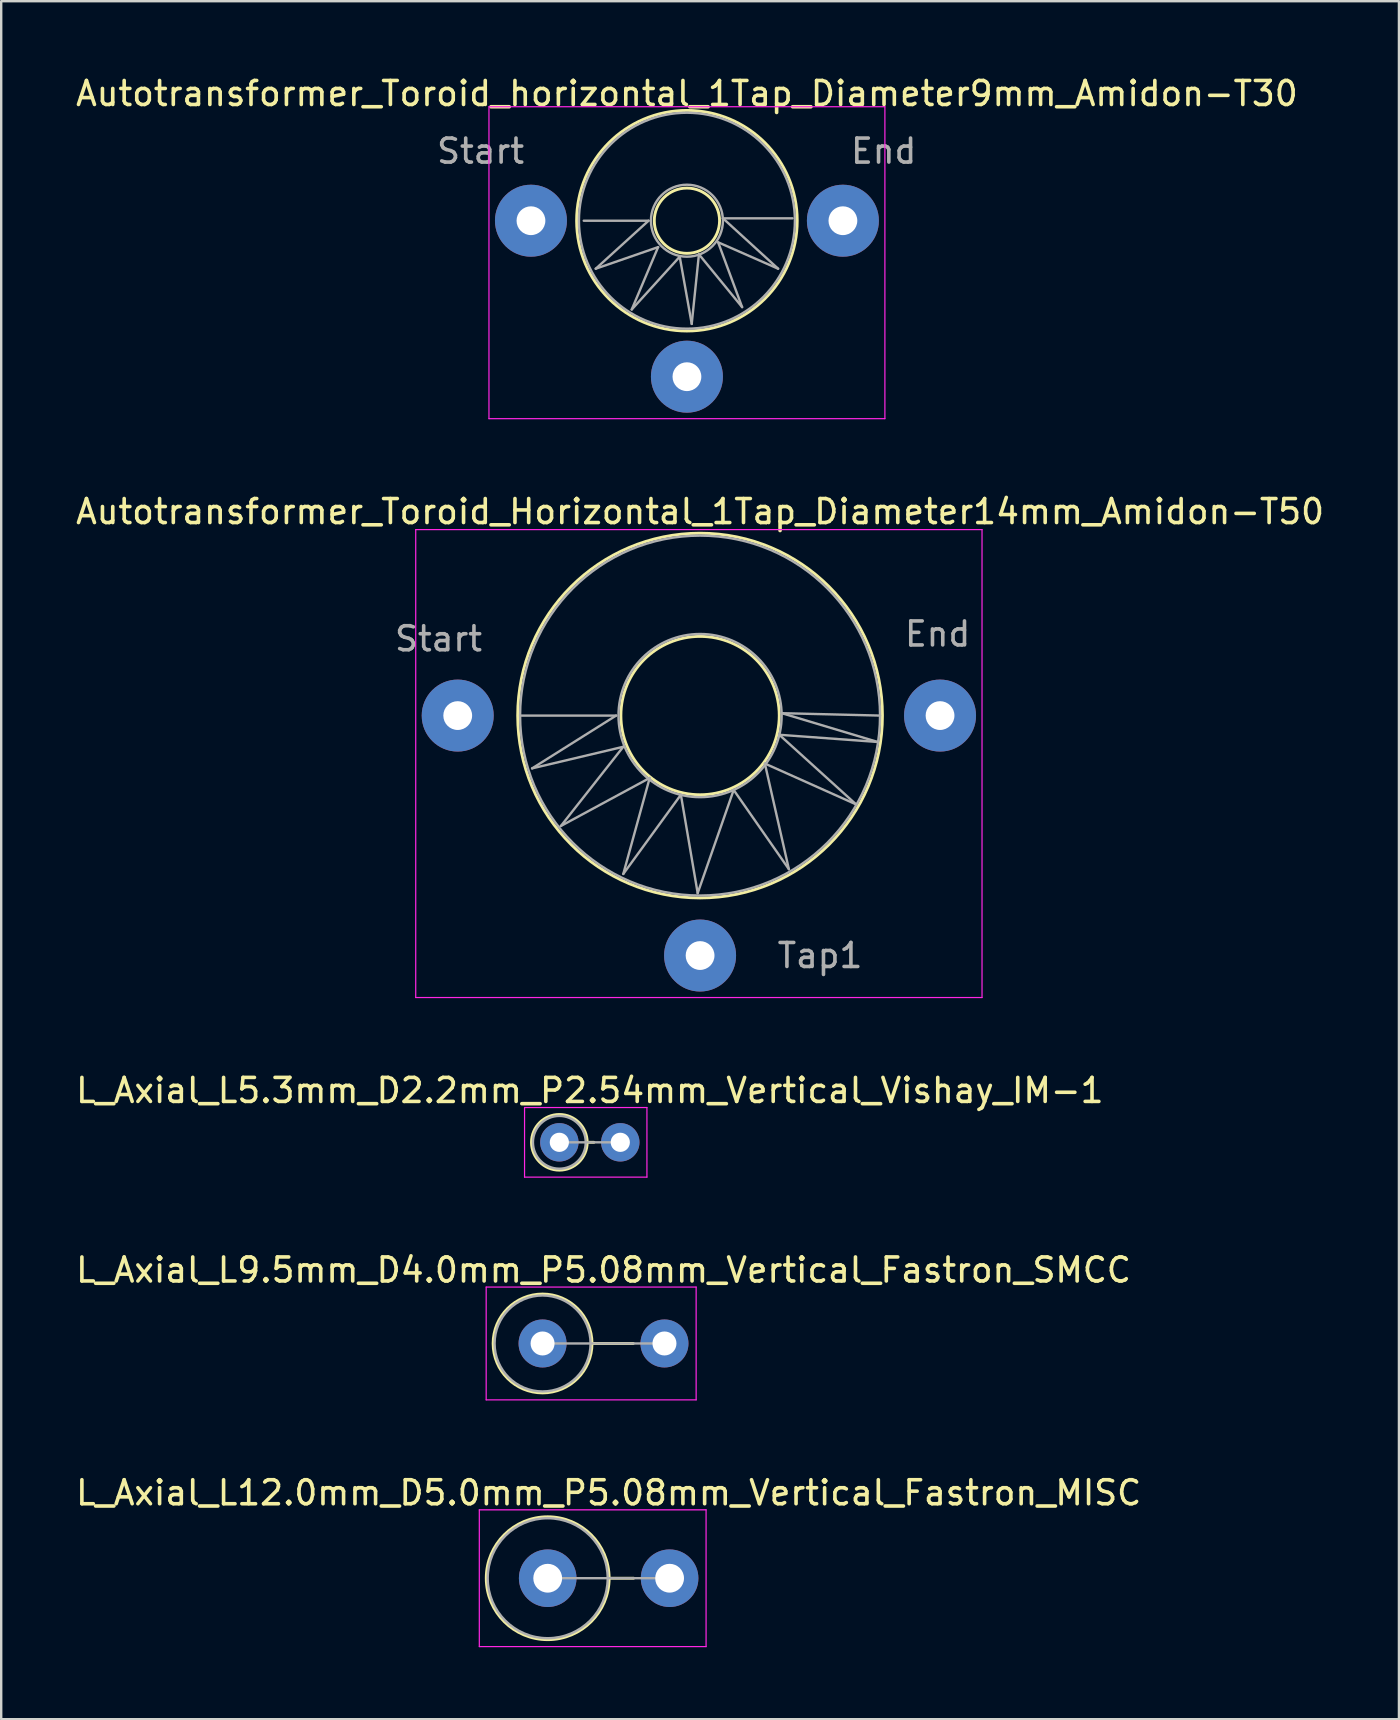
<source format=kicad_pcb>
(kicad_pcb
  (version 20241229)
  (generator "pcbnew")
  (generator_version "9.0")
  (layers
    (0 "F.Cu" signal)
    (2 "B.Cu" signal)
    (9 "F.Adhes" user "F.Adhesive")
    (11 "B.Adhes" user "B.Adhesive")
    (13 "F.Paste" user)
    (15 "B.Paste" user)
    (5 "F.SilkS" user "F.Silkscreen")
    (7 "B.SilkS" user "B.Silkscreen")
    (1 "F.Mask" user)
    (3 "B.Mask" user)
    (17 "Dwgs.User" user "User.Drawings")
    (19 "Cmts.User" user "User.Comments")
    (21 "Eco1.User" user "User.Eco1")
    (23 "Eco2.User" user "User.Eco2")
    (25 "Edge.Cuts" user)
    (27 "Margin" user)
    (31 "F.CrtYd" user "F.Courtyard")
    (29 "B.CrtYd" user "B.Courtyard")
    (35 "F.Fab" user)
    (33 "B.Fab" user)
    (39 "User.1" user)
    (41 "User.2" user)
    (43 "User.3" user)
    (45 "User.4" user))
  (footprint "L_Axial_L5.3mm_D2.2mm_P2.54mm_Vertical_Vishay_IM-1"
    (layer "F.Cu")
    (at 20.26 44.555)
    (property "Reference" "L_Axial_L5.3mm_D2.2mm_P2.54mm_Vertical_Vishay_IM-1" (at 1.27 -2.16 0) (layer "F.SilkS") (effects (font (size 1 1) (thickness 0.15))))
    (attr through_hole)
    (fp_line (start 1.16 0) (end 1.44 0) (stroke (width 0.12) (type solid)) (layer "F.SilkS"))
    (fp_circle (center 0 0) (end 1.16 0) (stroke (width 0.12) (type solid)) (fill no) (layer "F.SilkS"))
    (fp_line (start -1.45 -1.45) (end -1.45 1.45) (stroke (width 0.05) (type solid)) (layer "F.CrtYd"))
    (fp_line (start -1.45 1.45) (end 3.65 1.45) (stroke (width 0.05) (type solid)) (layer "F.CrtYd"))
    (fp_line (start 3.65 -1.45) (end -1.45 -1.45) (stroke (width 0.05) (type solid)) (layer "F.CrtYd"))
    (fp_line (start 3.65 1.45) (end 3.65 -1.45) (stroke (width 0.05) (type solid)) (layer "F.CrtYd"))
    (fp_line (start 0 0) (end 2.54 0) (stroke (width 0.1) (type solid)) (layer "F.Fab"))
    (fp_circle (center 0 0) (end 1.1 0) (stroke (width 0.1) (type solid)) (fill no) (layer "F.Fab"))
    (pad "1" thru_hole circle (at 0 0) (size 1.6 1.6) (drill 0.8) (layers "*.Cu" "*.Mask"))
    (pad "2" thru_hole oval (at 2.54 0) (size 1.6 1.6) (drill 0.8) (layers "*.Cu" "*.Mask")))
  (footprint "L_Axial_L9.5mm_D4.0mm_P5.08mm_Vertical_Fastron_SMCC"
    (layer "F.Cu")
    (at 19.561 52.938)
    (property "Reference" "L_Axial_L9.5mm_D4.0mm_P5.08mm_Vertical_Fastron_SMCC" (at 2.54 -3.06 0) (layer "F.SilkS") (effects (font (size 1 1) (thickness 0.15))))
    (attr through_hole)
    (fp_line (start 2.06 0) (end 3.78 0) (stroke (width 0.12) (type solid)) (layer "F.SilkS"))
    (fp_circle (center 0 0) (end 2.06 0) (stroke (width 0.12) (type solid)) (fill no) (layer "F.SilkS"))
    (fp_line (start -2.35 -2.35) (end -2.35 2.35) (stroke (width 0.05) (type solid)) (layer "F.CrtYd"))
    (fp_line (start -2.35 2.35) (end 6.4 2.35) (stroke (width 0.05) (type solid)) (layer "F.CrtYd"))
    (fp_line (start 6.4 -2.35) (end -2.35 -2.35) (stroke (width 0.05) (type solid)) (layer "F.CrtYd"))
    (fp_line (start 6.4 2.35) (end 6.4 -2.35) (stroke (width 0.05) (type solid)) (layer "F.CrtYd"))
    (fp_line (start 0 0) (end 5.08 0) (stroke (width 0.1) (type solid)) (layer "F.Fab"))
    (fp_circle (center 0 0) (end 2 0) (stroke (width 0.1) (type solid)) (fill no) (layer "F.Fab"))
    (pad "1" thru_hole circle (at 0 0) (size 2 2) (drill 1) (layers "*.Cu" "*.Mask"))
    (pad "2" thru_hole oval (at 5.08 0) (size 2 2) (drill 1) (layers "*.Cu" "*.Mask")))
  (footprint "L_Axial_L12.0mm_D5.0mm_P5.08mm_Vertical_Fastron_MISC"
    (layer "F.Cu")
    (at 19.775 62.721)
    (property "Reference" "L_Axial_L12.0mm_D5.0mm_P5.08mm_Vertical_Fastron_MISC" (at 2.54 -3.56 0) (layer "F.SilkS") (effects (font (size 1 1) (thickness 0.15))))
    (attr through_hole)
    (fp_line (start 2.56 0) (end 3.58 0) (stroke (width 0.12) (type solid)) (layer "F.SilkS"))
    (fp_circle (center 0 0) (end 2.56 0) (stroke (width 0.12) (type solid)) (fill no) (layer "F.SilkS"))
    (fp_line (start -2.85 -2.85) (end -2.85 2.85) (stroke (width 0.05) (type solid)) (layer "F.CrtYd"))
    (fp_line (start -2.85 2.85) (end 6.6 2.85) (stroke (width 0.05) (type solid)) (layer "F.CrtYd"))
    (fp_line (start 6.6 -2.85) (end -2.85 -2.85) (stroke (width 0.05) (type solid)) (layer "F.CrtYd"))
    (fp_line (start 6.6 2.85) (end 6.6 -2.85) (stroke (width 0.05) (type solid)) (layer "F.CrtYd"))
    (fp_line (start 0 0) (end 5.08 0) (stroke (width 0.1) (type solid)) (layer "F.Fab"))
    (fp_circle (center 0 0) (end 2.5 0) (stroke (width 0.1) (type solid)) (fill no) (layer "F.Fab"))
    (pad "1" thru_hole circle (at 0 0) (size 2.4 2.4) (drill 1.2) (layers "*.Cu" "*.Mask"))
    (pad "2" thru_hole oval (at 5.08 0) (size 2.4 2.4) (drill 1.2) (layers "*.Cu" "*.Mask")))
  (footprint "Autotransformer_Toroid_horizontal_1Tap_Diameter9mm_Amidon-T30"
    (layer "F.Cu")
    (at 19.077 6.148)
    (property "Reference" "Autotransformer_Toroid_horizontal_1Tap_Diameter9mm_Amidon-T30" (at 6.5 -5.3 0) (layer "F.SilkS") (effects (font (size 1 1) (thickness 0.15))))
    (attr through_hole)
    (fp_circle (center 6.5 0) (end 7.6 0.8) (stroke (width 0.12) (type solid)) (fill no) (layer "F.SilkS"))
    (fp_circle (center 6.5 0) (end 9.8 3.2) (stroke (width 0.12) (type solid)) (fill no) (layer "F.SilkS"))
    (fp_line (start -1.75 -4.75) (end -1.75 8.25) (stroke (width 0.05) (type solid)) (layer "F.CrtYd"))
    (fp_line (start -1.75 -4.75) (end 14.75 -4.75) (stroke (width 0.05) (type solid)) (layer "F.CrtYd"))
    (fp_line (start 14.75 8.25) (end -1.75 8.25) (stroke (width 0.05) (type solid)) (layer "F.CrtYd"))
    (fp_line (start 14.75 8.25) (end 14.75 -4.75) (stroke (width 0.05) (type solid)) (layer "F.CrtYd"))
    (fp_line (start 2.2 0) (end 4.9 0) (stroke (width 0.1) (type solid)) (layer "F.Fab"))
    (fp_line (start 2.7 2) (end 5.3 1.1) (stroke (width 0.1) (type solid)) (layer "F.Fab"))
    (fp_line (start 4.2 3.7) (end 6.2 1.5) (stroke (width 0.1) (type solid)) (layer "F.Fab"))
    (fp_line (start 4.9 0) (end 2.7 2) (stroke (width 0.1) (type solid)) (layer "F.Fab"))
    (fp_line (start 5.3 1.1) (end 4.2 3.7) (stroke (width 0.1) (type solid)) (layer "F.Fab"))
    (fp_line (start 6.2 1.5) (end 6.7 4.3) (stroke (width 0.1) (type solid)) (layer "F.Fab"))
    (fp_line (start 6.7 4.3) (end 7 1.4) (stroke (width 0.1) (type solid)) (layer "F.Fab"))
    (fp_line (start 7 1.4) (end 8.8 3.6) (stroke (width 0.1) (type solid)) (layer "F.Fab"))
    (fp_line (start 7.8 0.9) (end 10.3 2) (stroke (width 0.1) (type solid)) (layer "F.Fab"))
    (fp_line (start 8 -0.1) (end 10.9 -0.1) (stroke (width 0.1) (type solid)) (layer "F.Fab"))
    (fp_line (start 8.8 3.6) (end 7.8 0.9) (stroke (width 0.1) (type solid)) (layer "F.Fab"))
    (fp_line (start 10.3 2) (end 8 -0.1) (stroke (width 0.1) (type solid)) (layer "F.Fab"))
    (fp_circle (center 6.5 0) (end 8 0) (stroke (width 0.1) (type solid)) (fill no) (layer "F.Fab"))
    (fp_circle (center 6.5 0) (end 11 0) (stroke (width 0.1) (type solid)) (fill no) (layer "F.Fab"))
    (fp_text user "End" (at 14.7 -2.9 0) (layer "F.Fab") (effects (font (size 1 1) (thickness 0.15))))
    (fp_text user "Start" (at -2.1 -2.9 0) (layer "F.Fab") (effects (font (size 1 1) (thickness 0.15))))
    (pad "1" thru_hole circle (at 0 0) (size 3 3) (drill 1.2) (layers "*.Cu" "*.Mask"))
    (pad "2" thru_hole circle (at 6.5 6.5) (size 3 3) (drill 1.2) (layers "*.Cu" "*.Mask"))
    (pad "3" thru_hole circle (at 13 0) (size 3 3) (drill 1.2) (layers "*.Cu" "*.Mask")))
  (footprint "Autotransformer_Toroid_Horizontal_1Tap_Diameter14mm_Amidon-T50"
    (layer "F.Cu")
    (at 16.025 26.771)
    (property "Reference" "Autotransformer_Toroid_Horizontal_1Tap_Diameter14mm_Amidon-T50" (at 10.1 -8.5 0) (layer "F.SilkS") (effects (font (size 1 1) (thickness 0.15))))
    (attr through_hole)
    (fp_circle (center 10.1 0) (end 13.4 0) (stroke (width 0.12) (type solid)) (fill no) (layer "F.SilkS"))
    (fp_circle (center 10.1 0) (end 17.7 0) (stroke (width 0.12) (type solid)) (fill no) (layer "F.SilkS"))
    (fp_line (start -1.75 -7.75) (end -1.75 11.75) (stroke (width 0.05) (type solid)) (layer "F.CrtYd"))
    (fp_line (start -1.75 -7.75) (end 21.85 -7.75) (stroke (width 0.05) (type solid)) (layer "F.CrtYd"))
    (fp_line (start 21.85 11.75) (end -1.75 11.75) (stroke (width 0.05) (type solid)) (layer "F.CrtYd"))
    (fp_line (start 21.85 11.75) (end 21.85 -7.75) (stroke (width 0.05) (type solid)) (layer "F.CrtYd"))
    (fp_line (start 2.6 0) (end 6.6 0) (stroke (width 0.1) (type solid)) (layer "F.Fab"))
    (fp_line (start 3.1 2.2) (end 6.9 1.3) (stroke (width 0.1) (type solid)) (layer "F.Fab"))
    (fp_line (start 4.3 4.6) (end 8 2.6) (stroke (width 0.1) (type solid)) (layer "F.Fab"))
    (fp_line (start 6.6 0) (end 3.1 2.2) (stroke (width 0.1) (type solid)) (layer "F.Fab"))
    (fp_line (start 6.9 1.3) (end 4.3 4.6) (stroke (width 0.1) (type solid)) (layer "F.Fab"))
    (fp_line (start 6.9 6.6) (end 9.3 3.3) (stroke (width 0.1) (type solid)) (layer "F.Fab"))
    (fp_line (start 8 2.6) (end 6.9 6.6) (stroke (width 0.1) (type solid)) (layer "F.Fab"))
    (fp_line (start 9.3 3.3) (end 10 7.4) (stroke (width 0.1) (type solid)) (layer "F.Fab"))
    (fp_line (start 10 7.4) (end 11.5 3.1) (stroke (width 0.1) (type solid)) (layer "F.Fab"))
    (fp_line (start 11.5 3.1) (end 13.8 6.4) (stroke (width 0.1) (type solid)) (layer "F.Fab"))
    (fp_line (start 12.8 2) (end 16.6 3.7) (stroke (width 0.1) (type solid)) (layer "F.Fab"))
    (fp_line (start 13.4 0.8) (end 17.5 1.1) (stroke (width 0.1) (type solid)) (layer "F.Fab"))
    (fp_line (start 13.5 -0.1) (end 17.6 0) (stroke (width 0.1) (type solid)) (layer "F.Fab"))
    (fp_line (start 13.8 6.4) (end 12.8 2) (stroke (width 0.1) (type solid)) (layer "F.Fab"))
    (fp_line (start 16.6 3.7) (end 13.4 0.8) (stroke (width 0.1) (type solid)) (layer "F.Fab"))
    (fp_line (start 17.5 1.1) (end 13.5 -0.1) (stroke (width 0.1) (type solid)) (layer "F.Fab"))
    (fp_circle (center 10.1 0) (end 13.5 0) (stroke (width 0.1) (type solid)) (fill no) (layer "F.Fab"))
    (fp_circle (center 10.1 0) (end 17.6 0) (stroke (width 0.1) (type solid)) (fill no) (layer "F.Fab"))
    (fp_text user "Start" (at -0.8 -3.2 0) (layer "F.Fab") (effects (font (size 1 1) (thickness 0.15))))
    (fp_text user "Tap1" (at 15.1 10 0) (layer "F.Fab") (effects (font (size 1 1) (thickness 0.15))))
    (fp_text user "End" (at 20 -3.4 0) (layer "F.Fab") (effects (font (size 1 1) (thickness 0.15))))
    (pad "1" thru_hole circle (at 0 0) (size 3 3) (drill 1.2) (layers "*.Cu" "*.Mask"))
    (pad "2" thru_hole circle (at 10.1 10) (size 3 3) (drill 1.2) (layers "*.Cu" "*.Mask"))
    (pad "3" thru_hole circle (at 20.1 0) (size 3 3) (drill 1.2) (layers "*.Cu" "*.Mask")))
  (gr_rect
    (start -3 -3)
    (end 55.25 68.596)
    (stroke (width 0.1) (type default))
    (fill no)
    (layer "Edge.Cuts")))
</source>
